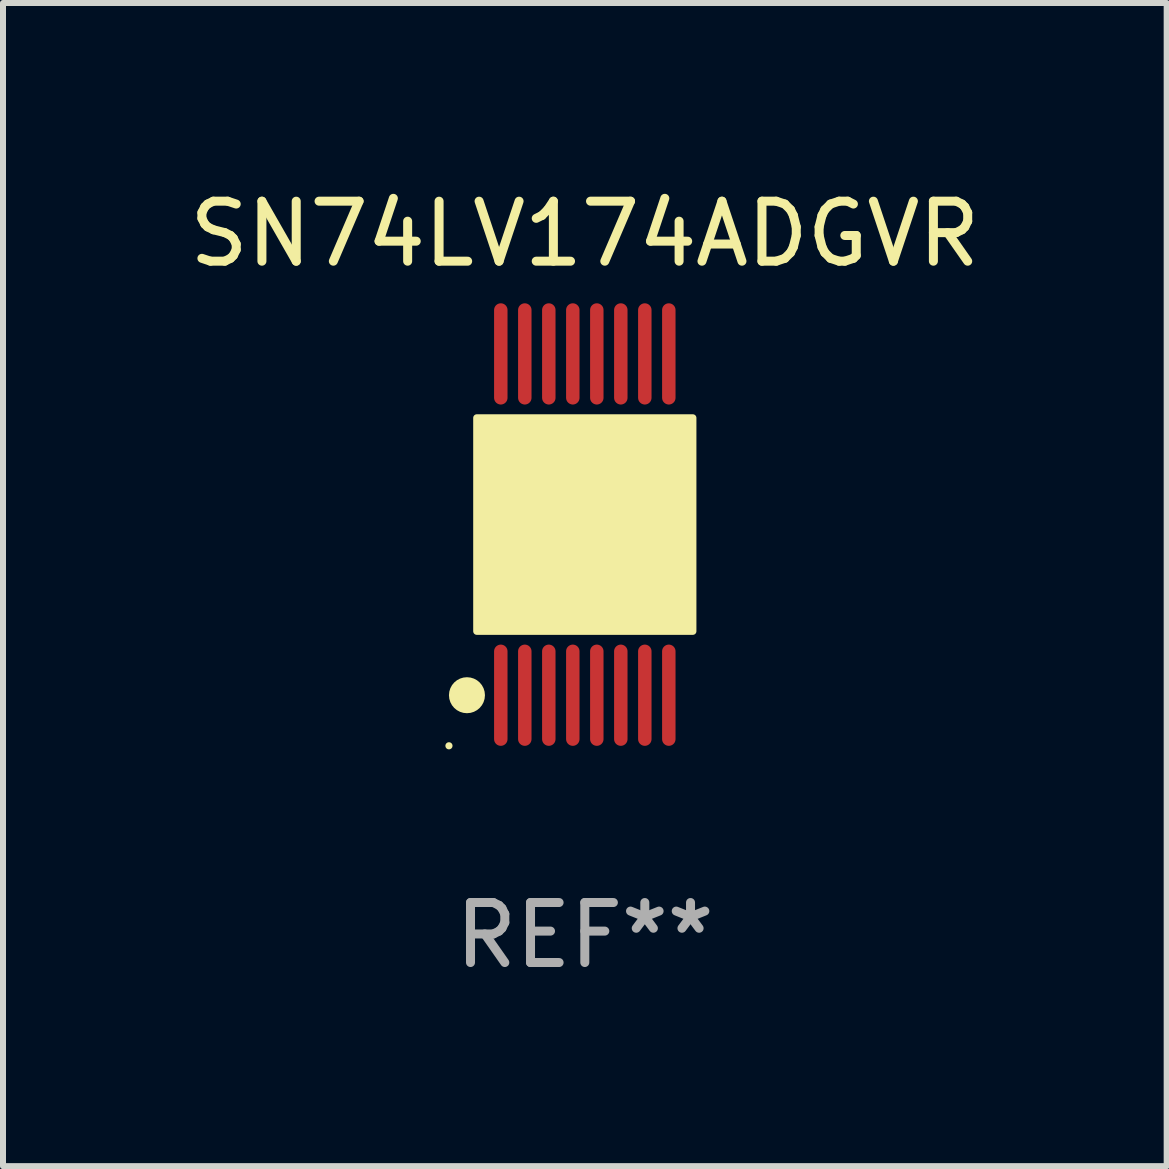
<source format=kicad_pcb>
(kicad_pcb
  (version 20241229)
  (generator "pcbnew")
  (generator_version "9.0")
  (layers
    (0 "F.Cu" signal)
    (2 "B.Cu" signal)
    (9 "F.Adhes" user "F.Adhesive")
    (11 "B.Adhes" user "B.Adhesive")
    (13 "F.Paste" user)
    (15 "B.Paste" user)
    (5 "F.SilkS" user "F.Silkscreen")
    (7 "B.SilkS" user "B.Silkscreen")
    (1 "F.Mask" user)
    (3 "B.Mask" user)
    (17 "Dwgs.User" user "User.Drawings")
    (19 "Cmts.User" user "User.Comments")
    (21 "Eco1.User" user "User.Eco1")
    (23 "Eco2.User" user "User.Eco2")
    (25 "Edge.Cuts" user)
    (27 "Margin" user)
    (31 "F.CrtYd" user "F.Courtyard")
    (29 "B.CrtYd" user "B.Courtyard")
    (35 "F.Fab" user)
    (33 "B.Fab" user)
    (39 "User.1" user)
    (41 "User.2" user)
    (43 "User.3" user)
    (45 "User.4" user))
  (footprint "SN74LV174ADGVR"
    (layer "F.Cu")
    (at 6.696 5.692)
    (property "Reference" "SN74LV174ADGVR" (at 0 -4.844 0) (layer "F.SilkS") (effects (font (size 1 1) (thickness 0.15))))
    (attr through_hole)
    (fp_circle (center -2.264 3.687) (end -2.234 3.687) (stroke (width 0.06) (type solid)) (fill no) (layer "F.SilkS"))
    (fp_circle (center -1.964 2.844) (end -1.814 2.844) (stroke (width 0.3) (type solid)) (fill no) (layer "F.SilkS"))
    (fp_circle (center -1.4 1.019) (end -1.25 1.019) (stroke (width 0.3) (type solid)) (fill no) (layer "F.SilkS"))
    (fp_poly (pts (xy -1.8 -1.778) (xy 1.8 -1.778) (xy 1.8 1.778) (xy -1.8 1.778)) (stroke (width 0.12) (type solid)) (fill yes) (layer "F.SilkS"))
    (fp_text user "REF**" (at 0 6.844 0) (layer "F.Fab") (effects (font (size 1 1) (thickness 0.15))))
    (pad "1" smd oval (at -1.4 2.844) (size 0.224 1.687) (layers "F.Cu" "F.Mask" "F.Paste"))
    (pad "2" smd oval (at -1 2.844) (size 0.224 1.687) (layers "F.Cu" "F.Mask" "F.Paste"))
    (pad "3" smd oval (at -0.6 2.844) (size 0.224 1.687) (layers "F.Cu" "F.Mask" "F.Paste"))
    (pad "4" smd oval (at -0.2 2.844) (size 0.224 1.687) (layers "F.Cu" "F.Mask" "F.Paste"))
    (pad "5" smd oval (at 0.2 2.844) (size 0.224 1.687) (layers "F.Cu" "F.Mask" "F.Paste"))
    (pad "6" smd oval (at 0.6 2.844) (size 0.224 1.687) (layers "F.Cu" "F.Mask" "F.Paste"))
    (pad "7" smd oval (at 1 2.844) (size 0.224 1.687) (layers "F.Cu" "F.Mask" "F.Paste"))
    (pad "8" smd oval (at 1.4 2.844) (size 0.224 1.687) (layers "F.Cu" "F.Mask" "F.Paste"))
    (pad "9" smd oval (at 1.4 -2.844) (size 0.224 1.687) (layers "F.Cu" "F.Mask" "F.Paste"))
    (pad "10" smd oval (at 1 -2.844) (size 0.224 1.687) (layers "F.Cu" "F.Mask" "F.Paste"))
    (pad "11" smd oval (at 0.6 -2.844) (size 0.224 1.687) (layers "F.Cu" "F.Mask" "F.Paste"))
    (pad "12" smd oval (at 0.2 -2.844) (size 0.224 1.687) (layers "F.Cu" "F.Mask" "F.Paste"))
    (pad "13" smd oval (at -0.2 -2.844) (size 0.224 1.687) (layers "F.Cu" "F.Mask" "F.Paste"))
    (pad "14" smd oval (at -0.6 -2.844) (size 0.224 1.687) (layers "F.Cu" "F.Mask" "F.Paste"))
    (pad "15" smd oval (at -1 -2.844) (size 0.224 1.687) (layers "F.Cu" "F.Mask" "F.Paste"))
    (pad "16" smd oval (at -1.4 -2.844) (size 0.224 1.687) (layers "F.Cu" "F.Mask" "F.Paste")))
  (gr_rect
    (start -3 -3)
    (end 16.393 16.384)
    (stroke (width 0.1) (type default))
    (fill no)
    (layer "Edge.Cuts")))
</source>
